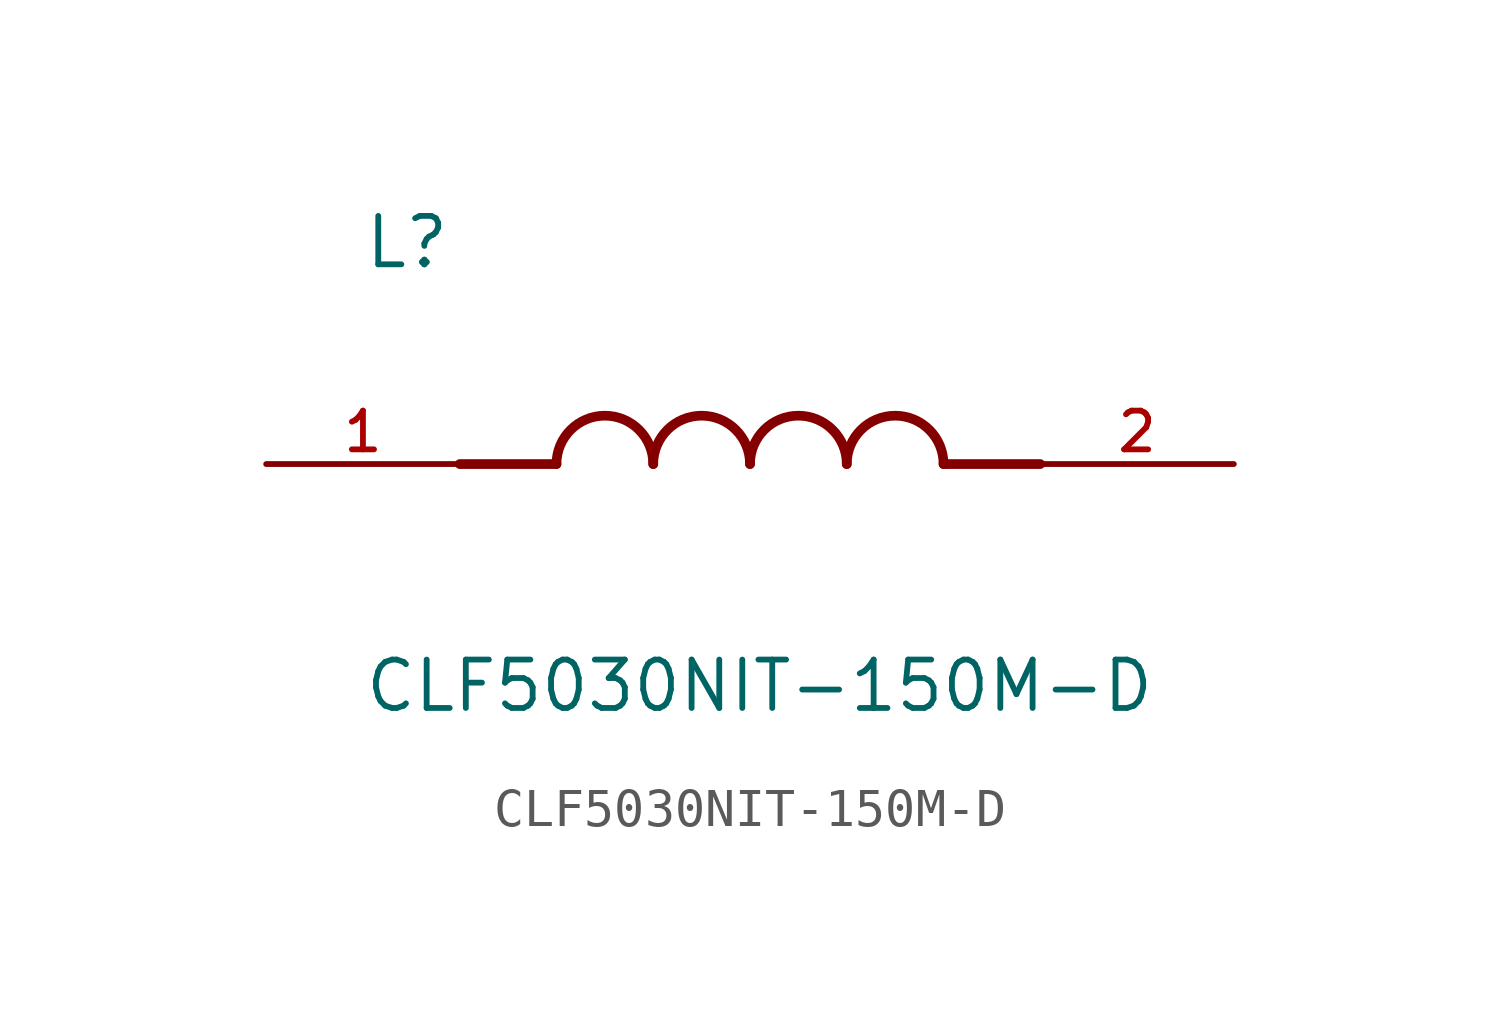
<source format=kicad_sym>
(kicad_symbol_lib
  (version 20211014)
  (generator kicad_symbol_editor)
  (symbol "CLF5030NIT-150M-D"
    (pin_names
      (offset 1.016))
    (property "Reference" "L"
      (at -10.16 5.08 0)
      (effects (font (size 1.27 1.27)) (justify bottom left)))
    (property "Value" "CLF5030NIT-150M-D"
      (at -10.16 -5.08 0)
      (effects (font (size 1.27 1.27)) (justify top left)))
    (symbol "CLF5030NIT-150M-D_0_0"
      (polyline (pts (xy -5.08 0.0) (xy -7.62 0.0)) (stroke (width 0.254)))
      (polyline (pts (xy 5.08 0.0) (xy 7.62 0.0)) (stroke (width 0.254)))
      (arc (start -2.54 0.0) (mid -3.81 1.27) (end -5.08 0.0) (stroke (width 0.254) (type default) (color 0 0 0 0)) (fill (type none)))
      (arc (start 0.0 0.0) (mid -1.27 1.27) (end -2.54 0.0) (stroke (width 0.254) (type default) (color 0 0 0 0)) (fill (type none)))
      (arc (start 2.54 0.0) (mid 1.27 1.27) (end 0.0 0.0) (stroke (width 0.254) (type default) (color 0 0 0 0)) (fill (type none)))
      (arc (start 5.08 0.0) (mid 3.81 1.27) (end 2.54 0.0) (stroke (width 0.254) (type default) (color 0 0 0 0)) (fill (type none)))
      (pin passive line (at -12.7 0.0 0) (length 5.08) (name "~" (effects (font (size 1.016 1.016)))) (number "1" (effects (font (size 1.016 1.016)))))
      (pin passive line (at 12.7 0.0 180.0) (length 5.08) (name "~" (effects (font (size 1.016 1.016)))) (number "2" (effects (font (size 1.016 1.016))))))))
</source>
